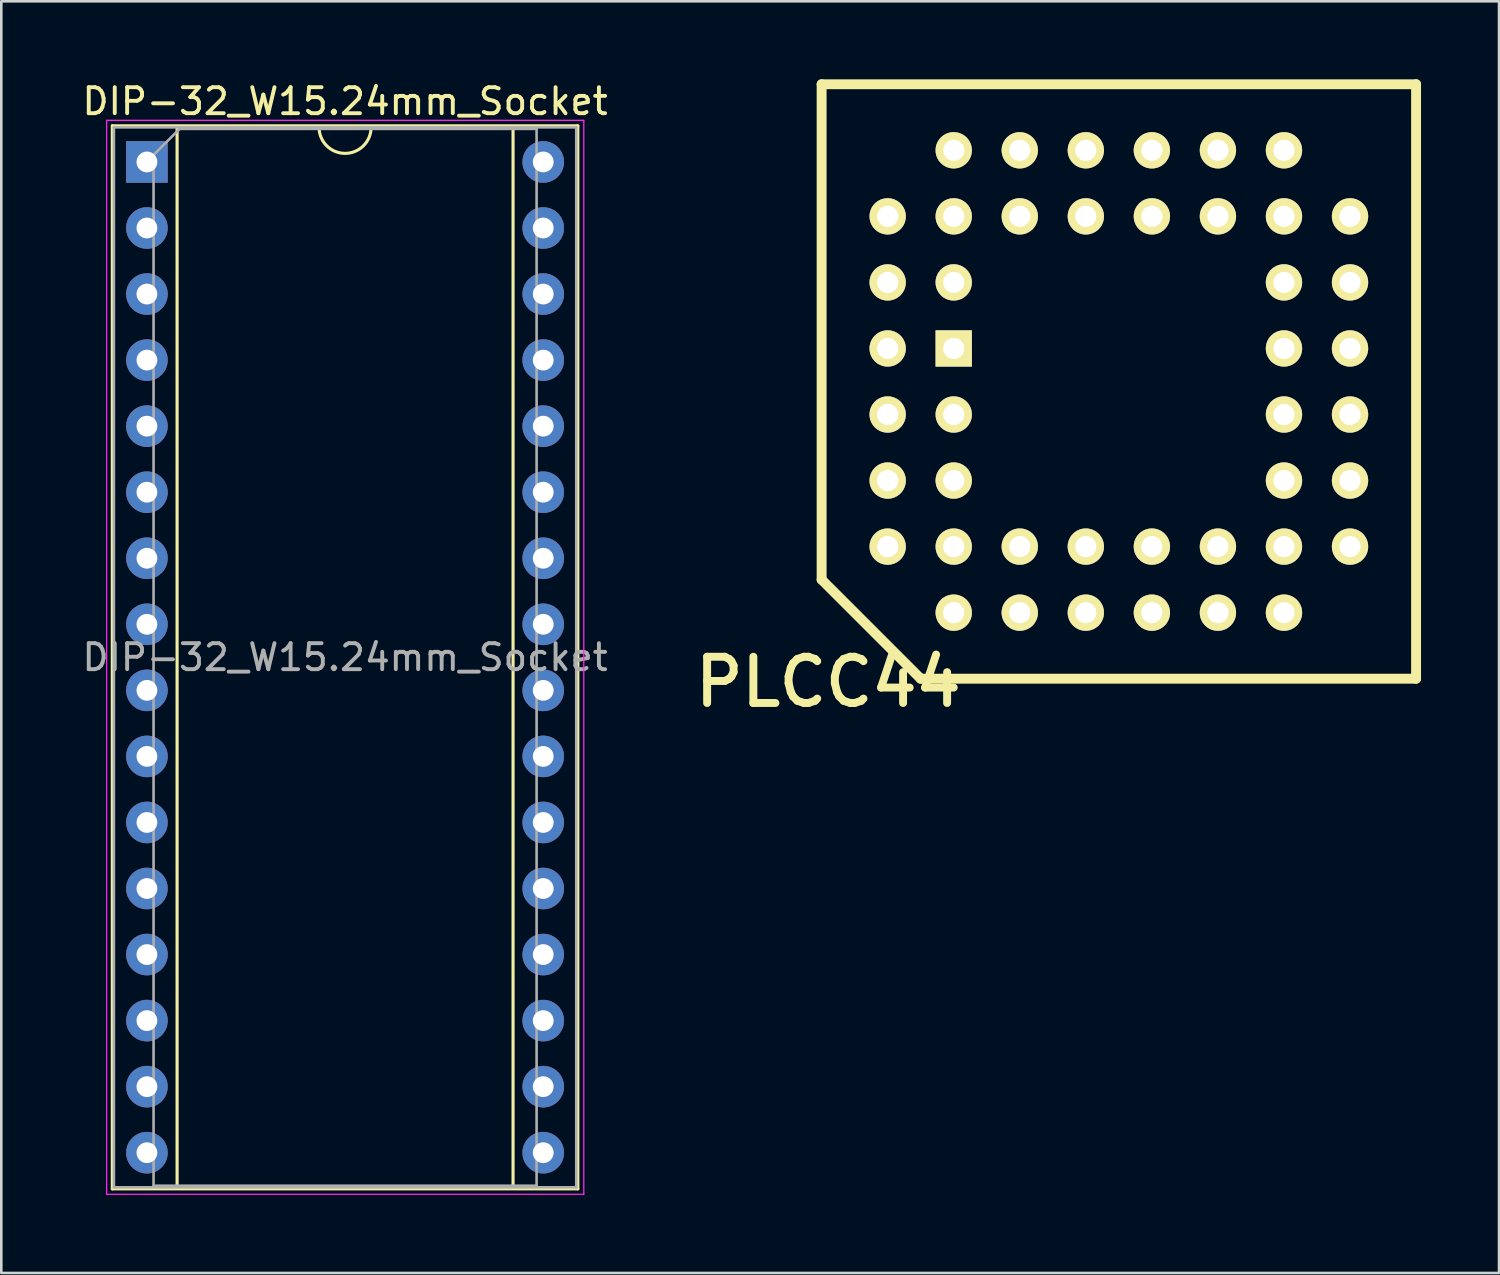
<source format=kicad_pcb>
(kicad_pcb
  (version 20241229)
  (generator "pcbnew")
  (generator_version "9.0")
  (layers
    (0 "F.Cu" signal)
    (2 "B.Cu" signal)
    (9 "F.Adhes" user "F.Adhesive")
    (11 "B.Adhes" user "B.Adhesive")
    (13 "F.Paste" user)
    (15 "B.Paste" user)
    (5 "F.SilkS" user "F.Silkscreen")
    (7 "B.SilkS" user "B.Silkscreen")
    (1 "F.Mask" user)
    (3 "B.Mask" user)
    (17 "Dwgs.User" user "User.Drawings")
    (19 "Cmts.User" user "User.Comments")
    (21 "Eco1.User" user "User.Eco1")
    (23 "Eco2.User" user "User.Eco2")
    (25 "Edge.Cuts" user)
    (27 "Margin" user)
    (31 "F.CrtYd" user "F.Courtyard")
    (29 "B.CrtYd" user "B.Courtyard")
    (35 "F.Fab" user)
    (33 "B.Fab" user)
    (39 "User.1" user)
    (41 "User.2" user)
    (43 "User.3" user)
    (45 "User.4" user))
  (footprint "PLCC44"
    (layer "F.Cu")
    (at 39.976 11.62)
    (property "Reference" "PLCC44" (at -11.176 11.557 0) (layer "F.SilkS") (effects (font (size 1.778 1.778) (thickness 0.305))))
    (attr through_hole)
    (fp_line (start -11.43 -11.43) (end -11.43 7.62) (stroke (width 0.381) (type solid)) (layer "F.SilkS"))
    (fp_line (start -11.43 7.62) (end -7.62 11.43) (stroke (width 0.381) (type solid)) (layer "F.SilkS"))
    (fp_line (start -7.62 11.43) (end 11.43 11.43) (stroke (width 0.381) (type solid)) (layer "F.SilkS"))
    (fp_line (start 11.43 -11.43) (end -11.43 -11.43) (stroke (width 0.381) (type solid)) (layer "F.SilkS"))
    (fp_line (start 11.43 11.43) (end 11.43 -11.43) (stroke (width 0.381) (type solid)) (layer "F.SilkS"))
    (pad "1" thru_hole rect (at -6.35 -1.27) (size 1.397 1.397) (drill 0.813) (layers "*.Cu" "*.Mask" "F.SilkS"))
    (pad "2" thru_hole circle (at -8.89 1.27) (size 1.397 1.397) (drill 0.813) (layers "*.Cu" "*.Mask" "F.SilkS"))
    (pad "3" thru_hole circle (at -6.35 1.27) (size 1.397 1.397) (drill 0.813) (layers "*.Cu" "*.Mask" "F.SilkS"))
    (pad "4" thru_hole circle (at -8.89 3.81) (size 1.397 1.397) (drill 0.813) (layers "*.Cu" "*.Mask" "F.SilkS"))
    (pad "5" thru_hole circle (at -6.35 3.81) (size 1.397 1.397) (drill 0.813) (layers "*.Cu" "*.Mask" "F.SilkS"))
    (pad "6" thru_hole circle (at -8.89 6.35) (size 1.397 1.397) (drill 0.813) (layers "*.Cu" "*.Mask" "F.SilkS"))
    (pad "7" thru_hole circle (at -6.35 8.89) (size 1.397 1.397) (drill 0.813) (layers "*.Cu" "*.Mask" "F.SilkS"))
    (pad "8" thru_hole circle (at -6.35 6.35) (size 1.397 1.397) (drill 0.813) (layers "*.Cu" "*.Mask" "F.SilkS"))
    (pad "9" thru_hole circle (at -3.81 8.89) (size 1.397 1.397) (drill 0.813) (layers "*.Cu" "*.Mask" "F.SilkS"))
    (pad "10" thru_hole circle (at -3.81 6.35) (size 1.397 1.397) (drill 0.813) (layers "*.Cu" "*.Mask" "F.SilkS"))
    (pad "11" thru_hole circle (at -1.27 8.89) (size 1.397 1.397) (drill 0.813) (layers "*.Cu" "*.Mask" "F.SilkS"))
    (pad "12" thru_hole circle (at -1.27 6.35) (size 1.397 1.397) (drill 0.813) (layers "*.Cu" "*.Mask" "F.SilkS"))
    (pad "13" thru_hole circle (at 1.27 8.89) (size 1.397 1.397) (drill 0.813) (layers "*.Cu" "*.Mask" "F.SilkS"))
    (pad "14" thru_hole circle (at 1.27 6.35) (size 1.397 1.397) (drill 0.813) (layers "*.Cu" "*.Mask" "F.SilkS"))
    (pad "15" thru_hole circle (at 3.81 8.89) (size 1.397 1.397) (drill 0.813) (layers "*.Cu" "*.Mask" "F.SilkS"))
    (pad "16" thru_hole circle (at 3.81 6.35) (size 1.397 1.397) (drill 0.813) (layers "*.Cu" "*.Mask" "F.SilkS"))
    (pad "17" thru_hole circle (at 6.35 8.89) (size 1.397 1.397) (drill 0.813) (layers "*.Cu" "*.Mask" "F.SilkS"))
    (pad "18" thru_hole circle (at 8.89 6.35) (size 1.397 1.397) (drill 0.813) (layers "*.Cu" "*.Mask" "F.SilkS"))
    (pad "19" thru_hole circle (at 6.35 6.35) (size 1.397 1.397) (drill 0.813) (layers "*.Cu" "*.Mask" "F.SilkS"))
    (pad "20" thru_hole circle (at 8.89 3.81) (size 1.397 1.397) (drill 0.813) (layers "*.Cu" "*.Mask" "F.SilkS"))
    (pad "21" thru_hole circle (at 6.35 3.81) (size 1.397 1.397) (drill 0.813) (layers "*.Cu" "*.Mask" "F.SilkS"))
    (pad "22" thru_hole circle (at 8.89 1.27) (size 1.397 1.397) (drill 0.813) (layers "*.Cu" "*.Mask" "F.SilkS"))
    (pad "23" thru_hole circle (at 6.35 1.27) (size 1.397 1.397) (drill 0.813) (layers "*.Cu" "*.Mask" "F.SilkS"))
    (pad "24" thru_hole circle (at 8.89 -1.27) (size 1.397 1.397) (drill 0.813) (layers "*.Cu" "*.Mask" "F.SilkS"))
    (pad "25" thru_hole circle (at 6.35 -1.27) (size 1.397 1.397) (drill 0.813) (layers "*.Cu" "*.Mask" "F.SilkS"))
    (pad "26" thru_hole circle (at 8.89 -3.81) (size 1.397 1.397) (drill 0.813) (layers "*.Cu" "*.Mask" "F.SilkS"))
    (pad "27" thru_hole circle (at 6.35 -3.81) (size 1.397 1.397) (drill 0.813) (layers "*.Cu" "*.Mask" "F.SilkS"))
    (pad "28" thru_hole circle (at 8.89 -6.35) (size 1.397 1.397) (drill 0.813) (layers "*.Cu" "*.Mask" "F.SilkS"))
    (pad "29" thru_hole circle (at 6.35 -8.89) (size 1.397 1.397) (drill 0.813) (layers "*.Cu" "*.Mask" "F.SilkS"))
    (pad "30" thru_hole circle (at 6.35 -6.35) (size 1.397 1.397) (drill 0.813) (layers "*.Cu" "*.Mask" "F.SilkS"))
    (pad "31" thru_hole circle (at 3.81 -8.89) (size 1.397 1.397) (drill 0.813) (layers "*.Cu" "*.Mask" "F.SilkS"))
    (pad "32" thru_hole circle (at 3.81 -6.35) (size 1.397 1.397) (drill 0.813) (layers "*.Cu" "*.Mask" "F.SilkS"))
    (pad "33" thru_hole circle (at 1.27 -8.89) (size 1.397 1.397) (drill 0.813) (layers "*.Cu" "*.Mask" "F.SilkS"))
    (pad "34" thru_hole circle (at 1.27 -6.35) (size 1.397 1.397) (drill 0.813) (layers "*.Cu" "*.Mask" "F.SilkS"))
    (pad "35" thru_hole circle (at -1.27 -8.89) (size 1.397 1.397) (drill 0.813) (layers "*.Cu" "*.Mask" "F.SilkS"))
    (pad "36" thru_hole circle (at -1.27 -6.35) (size 1.397 1.397) (drill 0.813) (layers "*.Cu" "*.Mask" "F.SilkS"))
    (pad "37" thru_hole circle (at -3.81 -8.89) (size 1.397 1.397) (drill 0.813) (layers "*.Cu" "*.Mask" "F.SilkS"))
    (pad "38" thru_hole circle (at -3.81 -6.35) (size 1.397 1.397) (drill 0.813) (layers "*.Cu" "*.Mask" "F.SilkS"))
    (pad "39" thru_hole circle (at -6.35 -8.89) (size 1.397 1.397) (drill 0.813) (layers "*.Cu" "*.Mask" "F.SilkS"))
    (pad "40" thru_hole circle (at -8.89 -6.35) (size 1.397 1.397) (drill 0.813) (layers "*.Cu" "*.Mask" "F.SilkS"))
    (pad "41" thru_hole circle (at -6.35 -6.35) (size 1.397 1.397) (drill 0.813) (layers "*.Cu" "*.Mask" "F.SilkS"))
    (pad "42" thru_hole circle (at -8.89 -3.81) (size 1.397 1.397) (drill 0.813) (layers "*.Cu" "*.Mask" "F.SilkS"))
    (pad "43" thru_hole circle (at -6.35 -3.81) (size 1.397 1.397) (drill 0.813) (layers "*.Cu" "*.Mask" "F.SilkS"))
    (pad "44" thru_hole circle (at -8.89 -1.27) (size 1.397 1.397) (drill 0.813) (layers "*.Cu" "*.Mask" "F.SilkS")))
  (footprint "DIP-32_W15.24mm_Socket"
    (layer "F.Cu")
    (at 2.6 3.178)
    (property "Reference" "DIP-32_W15.24mm_Socket" (at 7.62 -2.33 180) (layer "F.SilkS") (effects (font (size 1 1) (thickness 0.15))))
    (attr through_hole)
    (fp_line (start -1.33 -1.39) (end -1.33 39.49) (stroke (width 0.12) (type solid)) (layer "F.SilkS"))
    (fp_line (start -1.33 39.49) (end 16.57 39.49) (stroke (width 0.12) (type solid)) (layer "F.SilkS"))
    (fp_line (start 1.16 -1.33) (end 1.16 39.43) (stroke (width 0.12) (type solid)) (layer "F.SilkS"))
    (fp_line (start 1.16 39.43) (end 14.08 39.43) (stroke (width 0.12) (type solid)) (layer "F.SilkS"))
    (fp_line (start 6.62 -1.33) (end 1.16 -1.33) (stroke (width 0.12) (type solid)) (layer "F.SilkS"))
    (fp_line (start 14.08 -1.33) (end 8.62 -1.33) (stroke (width 0.12) (type solid)) (layer "F.SilkS"))
    (fp_line (start 14.08 39.43) (end 14.08 -1.33) (stroke (width 0.12) (type solid)) (layer "F.SilkS"))
    (fp_line (start 16.57 -1.39) (end -1.33 -1.39) (stroke (width 0.12) (type solid)) (layer "F.SilkS"))
    (fp_line (start 16.57 39.49) (end 16.57 -1.39) (stroke (width 0.12) (type solid)) (layer "F.SilkS"))
    (fp_arc (start 8.62 -1.33) (mid 7.62 -0.33) (end 6.62 -1.33) (stroke (width 0.12) (type solid)) (layer "F.SilkS"))
    (fp_line (start -1.55 -1.6) (end -1.55 39.7) (stroke (width 0.05) (type solid)) (layer "F.CrtYd"))
    (fp_line (start -1.55 39.7) (end 16.8 39.7) (stroke (width 0.05) (type solid)) (layer "F.CrtYd"))
    (fp_line (start 16.8 -1.6) (end -1.55 -1.6) (stroke (width 0.05) (type solid)) (layer "F.CrtYd"))
    (fp_line (start 16.8 39.7) (end 16.8 -1.6) (stroke (width 0.05) (type solid)) (layer "F.CrtYd"))
    (fp_line (start -1.27 -1.33) (end -1.27 39.43) (stroke (width 0.1) (type solid)) (layer "F.Fab"))
    (fp_line (start -1.27 39.43) (end 16.51 39.43) (stroke (width 0.1) (type solid)) (layer "F.Fab"))
    (fp_line (start 0.255 -0.27) (end 1.255 -1.27) (stroke (width 0.1) (type solid)) (layer "F.Fab"))
    (fp_line (start 0.255 39.37) (end 0.255 -0.27) (stroke (width 0.1) (type solid)) (layer "F.Fab"))
    (fp_line (start 1.255 -1.27) (end 14.985 -1.27) (stroke (width 0.1) (type solid)) (layer "F.Fab"))
    (fp_line (start 14.985 -1.27) (end 14.985 39.37) (stroke (width 0.1) (type solid)) (layer "F.Fab"))
    (fp_line (start 14.985 39.37) (end 0.255 39.37) (stroke (width 0.1) (type solid)) (layer "F.Fab"))
    (fp_line (start 16.51 -1.33) (end -1.27 -1.33) (stroke (width 0.1) (type solid)) (layer "F.Fab"))
    (fp_line (start 16.51 39.43) (end 16.51 -1.33) (stroke (width 0.1) (type solid)) (layer "F.Fab"))
    (fp_text user "${REFERENCE}" (at 7.62 19.05 180) (layer "F.Fab") (effects (font (size 1 1) (thickness 0.15))))
    (pad "1" thru_hole rect (at 0 0) (size 1.6 1.6) (drill 0.8) (layers "*.Cu" "*.Mask"))
    (pad "2" thru_hole oval (at 0 2.54) (size 1.6 1.6) (drill 0.8) (layers "*.Cu" "*.Mask"))
    (pad "3" thru_hole oval (at 0 5.08) (size 1.6 1.6) (drill 0.8) (layers "*.Cu" "*.Mask"))
    (pad "4" thru_hole oval (at 0 7.62) (size 1.6 1.6) (drill 0.8) (layers "*.Cu" "*.Mask"))
    (pad "5" thru_hole oval (at 0 10.16) (size 1.6 1.6) (drill 0.8) (layers "*.Cu" "*.Mask"))
    (pad "6" thru_hole oval (at 0 12.7) (size 1.6 1.6) (drill 0.8) (layers "*.Cu" "*.Mask"))
    (pad "7" thru_hole oval (at 0 15.24) (size 1.6 1.6) (drill 0.8) (layers "*.Cu" "*.Mask"))
    (pad "8" thru_hole oval (at 0 17.78) (size 1.6 1.6) (drill 0.8) (layers "*.Cu" "*.Mask"))
    (pad "9" thru_hole oval (at 0 20.32) (size 1.6 1.6) (drill 0.8) (layers "*.Cu" "*.Mask"))
    (pad "10" thru_hole oval (at 0 22.86) (size 1.6 1.6) (drill 0.8) (layers "*.Cu" "*.Mask"))
    (pad "11" thru_hole oval (at 0 25.4) (size 1.6 1.6) (drill 0.8) (layers "*.Cu" "*.Mask"))
    (pad "12" thru_hole oval (at 0 27.94) (size 1.6 1.6) (drill 0.8) (layers "*.Cu" "*.Mask"))
    (pad "13" thru_hole oval (at 0 30.48) (size 1.6 1.6) (drill 0.8) (layers "*.Cu" "*.Mask"))
    (pad "14" thru_hole oval (at 0 33.02) (size 1.6 1.6) (drill 0.8) (layers "*.Cu" "*.Mask"))
    (pad "15" thru_hole oval (at 0 35.56) (size 1.6 1.6) (drill 0.8) (layers "*.Cu" "*.Mask"))
    (pad "16" thru_hole oval (at 0 38.1) (size 1.6 1.6) (drill 0.8) (layers "*.Cu" "*.Mask"))
    (pad "17" thru_hole oval (at 15.24 38.1) (size 1.6 1.6) (drill 0.8) (layers "*.Cu" "*.Mask"))
    (pad "18" thru_hole oval (at 15.24 35.56) (size 1.6 1.6) (drill 0.8) (layers "*.Cu" "*.Mask"))
    (pad "19" thru_hole oval (at 15.24 33.02) (size 1.6 1.6) (drill 0.8) (layers "*.Cu" "*.Mask"))
    (pad "20" thru_hole oval (at 15.24 30.48) (size 1.6 1.6) (drill 0.8) (layers "*.Cu" "*.Mask"))
    (pad "21" thru_hole oval (at 15.24 27.94) (size 1.6 1.6) (drill 0.8) (layers "*.Cu" "*.Mask"))
    (pad "22" thru_hole oval (at 15.24 25.4) (size 1.6 1.6) (drill 0.8) (layers "*.Cu" "*.Mask"))
    (pad "23" thru_hole oval (at 15.24 22.86) (size 1.6 1.6) (drill 0.8) (layers "*.Cu" "*.Mask"))
    (pad "24" thru_hole oval (at 15.24 20.32) (size 1.6 1.6) (drill 0.8) (layers "*.Cu" "*.Mask"))
    (pad "25" thru_hole oval (at 15.24 17.78) (size 1.6 1.6) (drill 0.8) (layers "*.Cu" "*.Mask"))
    (pad "26" thru_hole oval (at 15.24 15.24) (size 1.6 1.6) (drill 0.8) (layers "*.Cu" "*.Mask"))
    (pad "27" thru_hole oval (at 15.24 12.7) (size 1.6 1.6) (drill 0.8) (layers "*.Cu" "*.Mask"))
    (pad "28" thru_hole oval (at 15.24 10.16) (size 1.6 1.6) (drill 0.8) (layers "*.Cu" "*.Mask"))
    (pad "29" thru_hole oval (at 15.24 7.62) (size 1.6 1.6) (drill 0.8) (layers "*.Cu" "*.Mask"))
    (pad "30" thru_hole oval (at 15.24 5.08) (size 1.6 1.6) (drill 0.8) (layers "*.Cu" "*.Mask"))
    (pad "31" thru_hole oval (at 15.24 2.54) (size 1.6 1.6) (drill 0.8) (layers "*.Cu" "*.Mask"))
    (pad "32" thru_hole oval (at 15.24 0) (size 1.6 1.6) (drill 0.8) (layers "*.Cu" "*.Mask")))
  (gr_rect
    (start -3 -3)
    (end 54.596 45.903)
    (stroke (width 0.1) (type default))
    (fill no)
    (layer "Edge.Cuts")))
</source>
